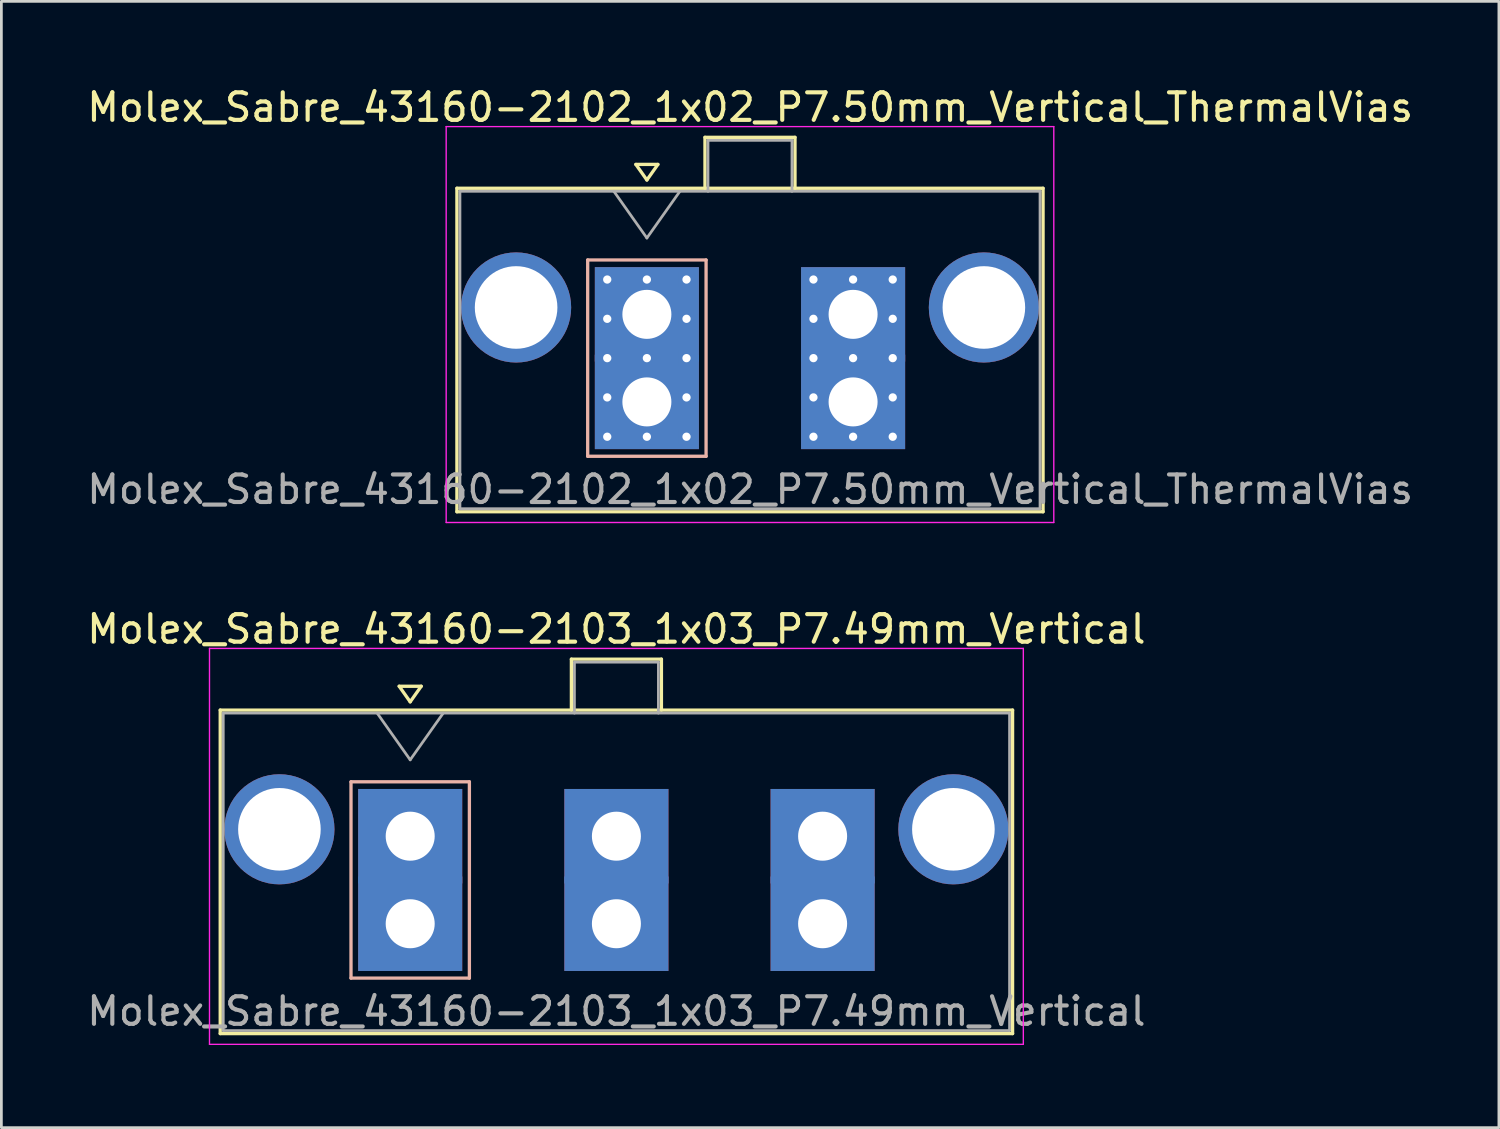
<source format=kicad_pcb>
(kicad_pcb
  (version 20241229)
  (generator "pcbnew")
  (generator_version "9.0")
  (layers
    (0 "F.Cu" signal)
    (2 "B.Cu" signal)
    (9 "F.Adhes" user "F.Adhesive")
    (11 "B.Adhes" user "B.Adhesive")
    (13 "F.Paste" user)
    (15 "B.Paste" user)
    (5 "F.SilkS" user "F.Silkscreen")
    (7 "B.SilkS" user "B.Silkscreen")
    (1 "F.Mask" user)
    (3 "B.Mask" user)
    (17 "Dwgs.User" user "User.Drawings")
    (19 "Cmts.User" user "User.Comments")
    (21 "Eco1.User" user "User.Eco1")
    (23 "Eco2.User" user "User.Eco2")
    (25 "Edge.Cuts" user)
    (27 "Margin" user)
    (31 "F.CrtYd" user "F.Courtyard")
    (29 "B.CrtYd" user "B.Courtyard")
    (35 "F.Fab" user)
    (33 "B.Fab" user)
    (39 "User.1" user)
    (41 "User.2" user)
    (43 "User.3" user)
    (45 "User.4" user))
  (footprint "Molex_Sabre_43160-2102_1x02_P7.50mm_Vertical_ThermalVias"
    (layer "F.Cu")
    (at 20.446 11.548)
    (property "Reference" "Molex_Sabre_43160-2102_1x02_P7.50mm_Vertical_ThermalVias" (at 3.75 -10.7 0) (layer "F.SilkS") (effects (font (size 1 1) (thickness 0.15))))
    (attr through_hole)
    (fp_line (start -6.9 -7.76) (end -6.9 3.99) (stroke (width 0.12) (type solid)) (layer "F.SilkS"))
    (fp_line (start -6.9 3.99) (end 14.39 3.99) (stroke (width 0.12) (type solid)) (layer "F.SilkS"))
    (fp_line (start -0.4 -8.626) (end 0 -8.06) (stroke (width 0.12) (type solid)) (layer "F.SilkS"))
    (fp_line (start 0 -8.06) (end 0.4 -8.626) (stroke (width 0.12) (type solid)) (layer "F.SilkS"))
    (fp_line (start 0.4 -8.626) (end -0.4 -8.626) (stroke (width 0.12) (type solid)) (layer "F.SilkS"))
    (fp_line (start 2.11 -9.61) (end 5.38 -9.61) (stroke (width 0.12) (type solid)) (layer "F.SilkS"))
    (fp_line (start 2.11 -7.76) (end 2.11 -9.61) (stroke (width 0.12) (type solid)) (layer "F.SilkS"))
    (fp_line (start 5.38 -9.61) (end 5.38 -7.76) (stroke (width 0.12) (type solid)) (layer "F.SilkS"))
    (fp_line (start 14.39 -7.76) (end -6.9 -7.76) (stroke (width 0.12) (type solid)) (layer "F.SilkS"))
    (fp_line (start 14.39 3.99) (end 14.39 -7.76) (stroke (width 0.12) (type solid)) (layer "F.SilkS"))
    (fp_line (start -2.15 -5.155) (end -2.15 1.975) (stroke (width 0.12) (type solid)) (layer "B.SilkS"))
    (fp_line (start -2.15 1.975) (end 2.15 1.975) (stroke (width 0.12) (type solid)) (layer "B.SilkS"))
    (fp_line (start 2.15 -5.155) (end -2.15 -5.155) (stroke (width 0.12) (type solid)) (layer "B.SilkS"))
    (fp_line (start 2.15 1.975) (end 2.15 -5.155) (stroke (width 0.12) (type solid)) (layer "B.SilkS"))
    (fp_line (start -7.29 -10) (end -7.29 4.38) (stroke (width 0.05) (type solid)) (layer "F.CrtYd"))
    (fp_line (start -7.29 4.38) (end 14.78 4.38) (stroke (width 0.05) (type solid)) (layer "F.CrtYd"))
    (fp_line (start 14.78 -10) (end -7.29 -10) (stroke (width 0.05) (type solid)) (layer "F.CrtYd"))
    (fp_line (start 14.78 4.38) (end 14.78 -10) (stroke (width 0.05) (type solid)) (layer "F.CrtYd"))
    (fp_line (start -6.79 -7.65) (end -6.79 3.88) (stroke (width 0.1) (type solid)) (layer "F.Fab"))
    (fp_line (start -6.79 3.88) (end 14.28 3.88) (stroke (width 0.1) (type solid)) (layer "F.Fab"))
    (fp_line (start -1.2 -7.65) (end 0 -5.953) (stroke (width 0.1) (type solid)) (layer "F.Fab"))
    (fp_line (start 0 -5.953) (end 1.2 -7.65) (stroke (width 0.1) (type solid)) (layer "F.Fab"))
    (fp_line (start 2.22 -9.5) (end 5.27 -9.5) (stroke (width 0.1) (type solid)) (layer "F.Fab"))
    (fp_line (start 2.22 -7.65) (end 2.22 -9.5) (stroke (width 0.1) (type solid)) (layer "F.Fab"))
    (fp_line (start 5.27 -9.5) (end 5.27 -7.65) (stroke (width 0.1) (type solid)) (layer "F.Fab"))
    (fp_line (start 14.28 -7.65) (end -6.79 -7.65) (stroke (width 0.1) (type solid)) (layer "F.Fab"))
    (fp_line (start 14.28 3.88) (end 14.28 -7.65) (stroke (width 0.1) (type solid)) (layer "F.Fab"))
    (fp_text user "${REFERENCE}" (at 3.75 3.18 0) (layer "F.Fab") (effects (font (size 1 1) (thickness 0.15))))
    (pad "" thru_hole circle (at -4.75 -3.43) (size 4 4) (drill 3) (layers "*.Cu" "*.Mask"))
    (pad "" thru_hole circle (at 12.24 -3.43) (size 4 4) (drill 3) (layers "*.Cu" "*.Mask"))
    (pad "1" thru_hole rect (at -1.44 -4.445) (size 0.6 0.6) (drill 0.3) (layers "*.Cu" "*.Mask"))
    (pad "1" thru_hole rect (at -1.44 -3.018) (size 0.6 0.6) (drill 0.3) (layers "*.Cu" "*.Mask"))
    (pad "1" thru_hole rect (at -1.44 -1.59) (size 0.6 0.6) (drill 0.3) (layers "*.Cu" "*.Mask"))
    (pad "1" thru_hole rect (at -1.44 -0.163) (size 0.6 0.6) (drill 0.3) (layers "*.Cu" "*.Mask"))
    (pad "1" thru_hole rect (at -1.44 1.265) (size 0.6 0.6) (drill 0.3) (layers "*.Cu" "*.Mask"))
    (pad "1" thru_hole rect (at 0 -4.445) (size 0.6 0.6) (drill 0.3) (layers "*.Cu" "*.Mask"))
    (pad "1" thru_hole rect (at 0 -3.18) (size 3.78 3.43) (drill 1.78) (layers "*.Cu" "*.Mask"))
    (pad "1" thru_hole rect (at 0 -1.59) (size 0.6 0.6) (drill 0.3) (layers "*.Cu" "*.Mask"))
    (pad "1" thru_hole rect (at 0 0) (size 3.78 3.43) (drill 1.78) (layers "*.Cu" "*.Mask"))
    (pad "1" thru_hole rect (at 0 1.265) (size 0.6 0.6) (drill 0.3) (layers "*.Cu" "*.Mask"))
    (pad "1" thru_hole rect (at 1.44 -4.445) (size 0.6 0.6) (drill 0.3) (layers "*.Cu" "*.Mask"))
    (pad "1" thru_hole rect (at 1.44 -3.018) (size 0.6 0.6) (drill 0.3) (layers "*.Cu" "*.Mask"))
    (pad "1" thru_hole rect (at 1.44 -1.59) (size 0.6 0.6) (drill 0.3) (layers "*.Cu" "*.Mask"))
    (pad "1" thru_hole rect (at 1.44 -0.163) (size 0.6 0.6) (drill 0.3) (layers "*.Cu" "*.Mask"))
    (pad "1" thru_hole rect (at 1.44 1.265) (size 0.6 0.6) (drill 0.3) (layers "*.Cu" "*.Mask"))
    (pad "2" thru_hole circle (at 6.05 -4.445) (size 0.6 0.6) (drill 0.3) (layers "*.Cu" "*.Mask"))
    (pad "2" thru_hole circle (at 6.05 -3.018) (size 0.6 0.6) (drill 0.3) (layers "*.Cu" "*.Mask"))
    (pad "2" thru_hole circle (at 6.05 -1.59) (size 0.6 0.6) (drill 0.3) (layers "*.Cu" "*.Mask"))
    (pad "2" thru_hole circle (at 6.05 -0.163) (size 0.6 0.6) (drill 0.3) (layers "*.Cu" "*.Mask"))
    (pad "2" thru_hole circle (at 6.05 1.265) (size 0.6 0.6) (drill 0.3) (layers "*.Cu" "*.Mask"))
    (pad "2" thru_hole circle (at 7.49 -4.445) (size 0.6 0.6) (drill 0.3) (layers "*.Cu" "*.Mask"))
    (pad "2" thru_hole rect (at 7.49 -3.18) (size 3.78 3.43) (drill 1.78) (layers "*.Cu" "*.Mask"))
    (pad "2" thru_hole circle (at 7.49 -1.59) (size 0.6 0.6) (drill 0.3) (layers "*.Cu" "*.Mask"))
    (pad "2" thru_hole rect (at 7.49 0) (size 3.78 3.43) (drill 1.78) (layers "*.Cu" "*.Mask"))
    (pad "2" thru_hole circle (at 7.49 1.265) (size 0.6 0.6) (drill 0.3) (layers "*.Cu" "*.Mask"))
    (pad "2" thru_hole circle (at 8.93 -4.445) (size 0.6 0.6) (drill 0.3) (layers "*.Cu" "*.Mask"))
    (pad "2" thru_hole circle (at 8.93 -3.018) (size 0.6 0.6) (drill 0.3) (layers "*.Cu" "*.Mask"))
    (pad "2" thru_hole circle (at 8.93 -1.59) (size 0.6 0.6) (drill 0.3) (layers "*.Cu" "*.Mask"))
    (pad "2" thru_hole circle (at 8.93 -0.163) (size 0.6 0.6) (drill 0.3) (layers "*.Cu" "*.Mask"))
    (pad "2" thru_hole circle (at 8.93 1.265) (size 0.6 0.6) (drill 0.3) (layers "*.Cu" "*.Mask")))
  (footprint "Molex_Sabre_43160-2103_1x03_P7.49mm_Vertical"
    (layer "F.Cu")
    (at 11.849 30.502)
    (property "Reference" "Molex_Sabre_43160-2103_1x03_P7.49mm_Vertical" (at 7.49 -10.7 0) (layer "F.SilkS") (effects (font (size 1 1) (thickness 0.15))))
    (attr through_hole)
    (fp_line (start -6.9 -7.76) (end -6.9 3.99) (stroke (width 0.12) (type solid)) (layer "F.SilkS"))
    (fp_line (start -6.9 3.99) (end 21.88 3.99) (stroke (width 0.12) (type solid)) (layer "F.SilkS"))
    (fp_line (start -0.4 -8.626) (end 0 -8.06) (stroke (width 0.12) (type solid)) (layer "F.SilkS"))
    (fp_line (start 0 -8.06) (end 0.4 -8.626) (stroke (width 0.12) (type solid)) (layer "F.SilkS"))
    (fp_line (start 0.4 -8.626) (end -0.4 -8.626) (stroke (width 0.12) (type solid)) (layer "F.SilkS"))
    (fp_line (start 5.855 -9.61) (end 9.125 -9.61) (stroke (width 0.12) (type solid)) (layer "F.SilkS"))
    (fp_line (start 5.855 -7.76) (end 5.855 -9.61) (stroke (width 0.12) (type solid)) (layer "F.SilkS"))
    (fp_line (start 9.125 -9.61) (end 9.125 -7.76) (stroke (width 0.12) (type solid)) (layer "F.SilkS"))
    (fp_line (start 21.88 -7.76) (end -6.9 -7.76) (stroke (width 0.12) (type solid)) (layer "F.SilkS"))
    (fp_line (start 21.88 3.99) (end 21.88 -7.76) (stroke (width 0.12) (type solid)) (layer "F.SilkS"))
    (fp_line (start -2.15 -5.155) (end -2.15 1.975) (stroke (width 0.12) (type solid)) (layer "B.SilkS"))
    (fp_line (start -2.15 1.975) (end 2.15 1.975) (stroke (width 0.12) (type solid)) (layer "B.SilkS"))
    (fp_line (start 2.15 -5.155) (end -2.15 -5.155) (stroke (width 0.12) (type solid)) (layer "B.SilkS"))
    (fp_line (start 2.15 1.975) (end 2.15 -5.155) (stroke (width 0.12) (type solid)) (layer "B.SilkS"))
    (fp_line (start -7.29 -10) (end -7.29 4.38) (stroke (width 0.05) (type solid)) (layer "F.CrtYd"))
    (fp_line (start -7.29 4.38) (end 22.27 4.38) (stroke (width 0.05) (type solid)) (layer "F.CrtYd"))
    (fp_line (start 22.27 -10) (end -7.29 -10) (stroke (width 0.05) (type solid)) (layer "F.CrtYd"))
    (fp_line (start 22.27 4.38) (end 22.27 -10) (stroke (width 0.05) (type solid)) (layer "F.CrtYd"))
    (fp_line (start -6.79 -7.65) (end -6.79 3.88) (stroke (width 0.1) (type solid)) (layer "F.Fab"))
    (fp_line (start -6.79 3.88) (end 21.77 3.88) (stroke (width 0.1) (type solid)) (layer "F.Fab"))
    (fp_line (start -1.2 -7.65) (end 0 -5.953) (stroke (width 0.1) (type solid)) (layer "F.Fab"))
    (fp_line (start 0 -5.953) (end 1.2 -7.65) (stroke (width 0.1) (type solid)) (layer "F.Fab"))
    (fp_line (start 5.965 -9.5) (end 9.015 -9.5) (stroke (width 0.1) (type solid)) (layer "F.Fab"))
    (fp_line (start 5.965 -7.65) (end 5.965 -9.5) (stroke (width 0.1) (type solid)) (layer "F.Fab"))
    (fp_line (start 9.015 -9.5) (end 9.015 -7.65) (stroke (width 0.1) (type solid)) (layer "F.Fab"))
    (fp_line (start 21.77 -7.65) (end -6.79 -7.65) (stroke (width 0.1) (type solid)) (layer "F.Fab"))
    (fp_line (start 21.77 3.88) (end 21.77 -7.65) (stroke (width 0.1) (type solid)) (layer "F.Fab"))
    (fp_text user "${REFERENCE}" (at 7.49 3.18 0) (layer "F.Fab") (effects (font (size 1 1) (thickness 0.15))))
    (pad "" thru_hole circle (at -4.75 -3.43) (size 4 4) (drill 3) (layers "*.Cu" "*.Mask"))
    (pad "" thru_hole circle (at 19.73 -3.43) (size 4 4) (drill 3) (layers "*.Cu" "*.Mask"))
    (pad "1" thru_hole rect (at 0 -3.18) (size 3.78 3.43) (drill 1.78) (layers "*.Cu" "*.Mask"))
    (pad "1" thru_hole rect (at 0 0) (size 3.78 3.43) (drill 1.78) (layers "*.Cu" "*.Mask"))
    (pad "2" thru_hole rect (at 7.49 -3.18) (size 3.78 3.43) (drill 1.78) (layers "*.Cu" "*.Mask"))
    (pad "2" thru_hole rect (at 7.49 0) (size 3.78 3.43) (drill 1.78) (layers "*.Cu" "*.Mask"))
    (pad "3" thru_hole rect (at 14.98 -3.18) (size 3.78 3.43) (drill 1.78) (layers "*.Cu" "*.Mask"))
    (pad "3" thru_hole rect (at 14.98 0) (size 3.78 3.43) (drill 1.78) (layers "*.Cu" "*.Mask")))
  (gr_rect
    (start -3 -3)
    (end 51.393 37.907)
    (stroke (width 0.1) (type default))
    (fill no)
    (layer "Edge.Cuts")))
</source>
